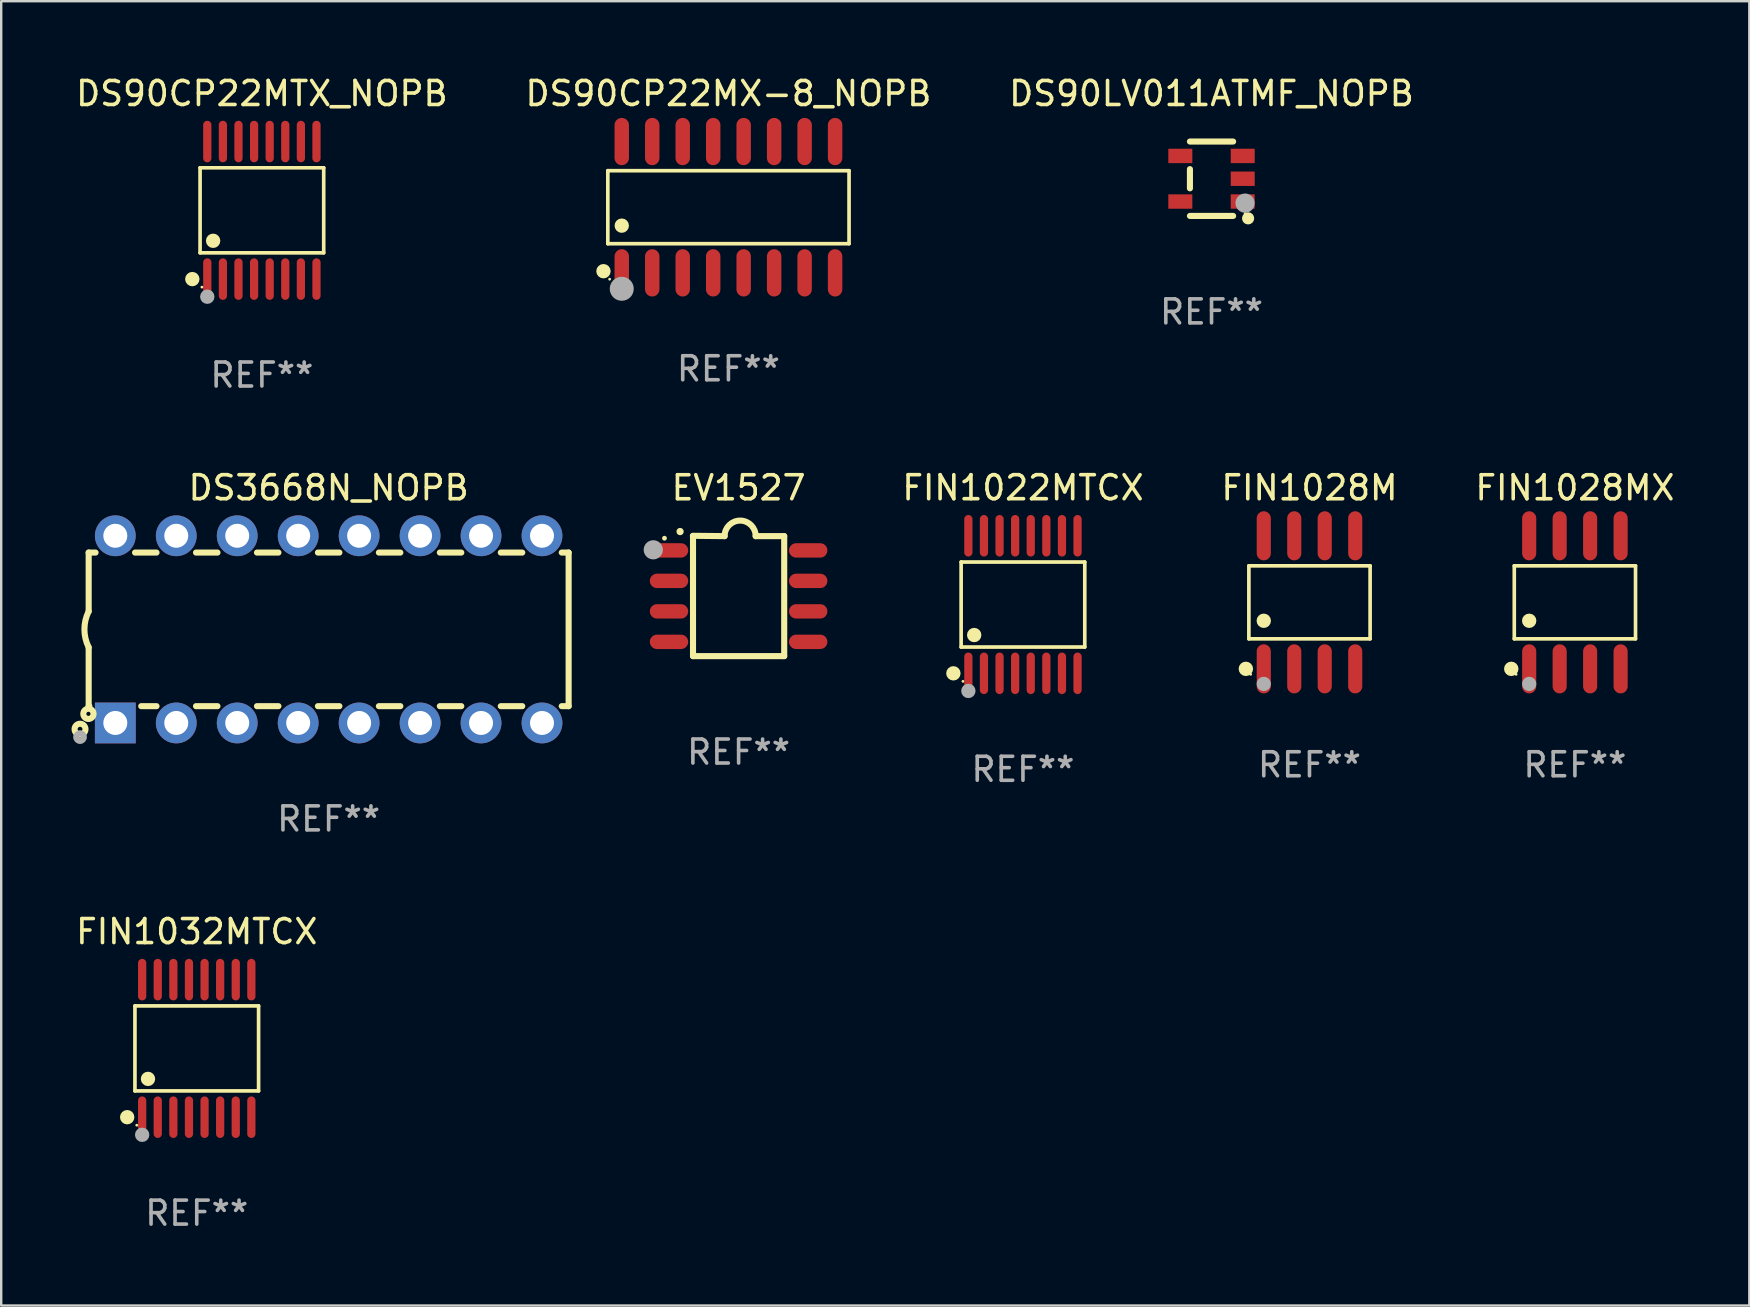
<source format=kicad_pcb>
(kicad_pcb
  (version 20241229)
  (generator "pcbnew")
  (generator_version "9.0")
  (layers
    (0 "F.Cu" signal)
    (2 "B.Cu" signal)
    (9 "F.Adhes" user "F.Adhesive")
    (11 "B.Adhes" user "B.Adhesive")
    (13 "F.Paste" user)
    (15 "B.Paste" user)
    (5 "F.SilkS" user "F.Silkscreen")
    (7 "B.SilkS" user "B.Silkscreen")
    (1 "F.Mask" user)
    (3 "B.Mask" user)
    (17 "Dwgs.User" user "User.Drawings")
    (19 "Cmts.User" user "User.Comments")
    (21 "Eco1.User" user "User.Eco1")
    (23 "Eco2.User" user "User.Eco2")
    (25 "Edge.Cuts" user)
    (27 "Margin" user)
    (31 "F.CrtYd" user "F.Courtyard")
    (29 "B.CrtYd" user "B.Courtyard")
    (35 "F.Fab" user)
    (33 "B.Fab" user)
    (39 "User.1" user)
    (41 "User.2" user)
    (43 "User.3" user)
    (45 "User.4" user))
  (footprint "DS90LV011ATMF_NOPB"
    (layer "F.Cu")
    (at 47.435 4.398)
    (property "Reference" "DS90LV011ATMF_NOPB" (at 0 -3.55 0) (layer "F.SilkS") (effects (font (size 1 1) (thickness 0.15))))
    (attr through_hole)
    (fp_line (start -0.9 -1.55) (end 0.9 -1.55) (stroke (width 0.254) (type solid)) (layer "F.SilkS"))
    (fp_line (start -0.9 0.4) (end -0.9 -0.4) (stroke (width 0.254) (type solid)) (layer "F.SilkS"))
    (fp_line (start -0.9 1.55) (end 0.9 1.55) (stroke (width 0.254) (type solid)) (layer "F.SilkS"))
    (fp_circle (center 1.4 1.45) (end 1.43 1.45) (stroke (width 0.06) (type solid)) (fill no) (layer "F.SilkS"))
    (fp_circle (center 1.524 1.651) (end 1.651 1.651) (stroke (width 0.254) (type solid)) (fill no) (layer "F.SilkS"))
    (fp_circle (center 1.397 1.016) (end 1.597 1.016) (stroke (width 0.4) (type solid)) (fill no) (layer "F.Fab"))
    (fp_text user "REF**" (at 0 5.55 0) (layer "F.Fab") (effects (font (size 1 1) (thickness 0.15))))
    (pad "1" smd rect (at 1.3 0.95) (size 1 0.6) (layers "F.Cu" "F.Mask" "F.Paste"))
    (pad "2" smd rect (at 1.3 -0.000051) (size 1 0.6) (layers "F.Cu" "F.Mask" "F.Paste"))
    (pad "3" smd rect (at 1.3 -0.95) (size 1 0.6) (layers "F.Cu" "F.Mask" "F.Paste"))
    (pad "4" smd rect (at -1.3 -0.95) (size 1 0.6) (layers "F.Cu" "F.Mask" "F.Paste"))
    (pad "5" smd rect (at -1.3 0.95) (size 1 0.6) (layers "F.Cu" "F.Mask" "F.Paste")))
  (footprint "FIN1028M"
    (layer "F.Cu")
    (at 51.517 22.049)
    (property "Reference" "FIN1028M" (at 0 -4.772 0) (layer "F.SilkS") (effects (font (size 1 1) (thickness 0.15))))
    (attr through_hole)
    (fp_line (start -2.526 -1.521) (end 2.526 -1.521) (stroke (width 0.152) (type solid)) (layer "F.SilkS"))
    (fp_line (start -2.526 1.521) (end -2.526 -1.521) (stroke (width 0.152) (type solid)) (layer "F.SilkS"))
    (fp_line (start 2.526 -1.521) (end 2.526 1.521) (stroke (width 0.152) (type solid)) (layer "F.SilkS"))
    (fp_line (start 2.526 1.521) (end -2.526 1.521) (stroke (width 0.152) (type solid)) (layer "F.SilkS"))
    (fp_circle (center -2.652 2.772) (end -2.501 2.772) (stroke (width 0.3) (type solid)) (fill no) (layer "F.SilkS"))
    (fp_circle (center -2.45 3) (end -2.42 3) (stroke (width 0.06) (type solid)) (fill no) (layer "F.SilkS"))
    (fp_circle (center -1.905 0.769) (end -1.755 0.769) (stroke (width 0.3) (type solid)) (fill no) (layer "F.SilkS"))
    (fp_circle (center -1.905 3.4) (end -1.755 3.4) (stroke (width 0.3) (type solid)) (fill no) (layer "F.Fab"))
    (fp_text user "REF**" (at 0 6.772 0) (layer "F.Fab") (effects (font (size 1 1) (thickness 0.15))))
    (pad "1" smd oval (at -1.905 2.772) (size 0.588 2.045) (layers "F.Cu" "F.Mask" "F.Paste"))
    (pad "2" smd oval (at -0.635 2.772) (size 0.588 2.045) (layers "F.Cu" "F.Mask" "F.Paste"))
    (pad "3" smd oval (at 0.635 2.772) (size 0.588 2.045) (layers "F.Cu" "F.Mask" "F.Paste"))
    (pad "4" smd oval (at 1.905 2.772) (size 0.588 2.045) (layers "F.Cu" "F.Mask" "F.Paste"))
    (pad "5" smd oval (at 1.905 -2.772) (size 0.588 2.045) (layers "F.Cu" "F.Mask" "F.Paste"))
    (pad "6" smd oval (at 0.635 -2.772) (size 0.588 2.045) (layers "F.Cu" "F.Mask" "F.Paste"))
    (pad "7" smd oval (at -0.635 -2.772) (size 0.588 2.045) (layers "F.Cu" "F.Mask" "F.Paste"))
    (pad "8" smd oval (at -1.905 -2.772) (size 0.588 2.045) (layers "F.Cu" "F.Mask" "F.Paste")))
  (footprint "DS90CP22MTX_NOPB"
    (layer "F.Cu")
    (at 7.863 5.714)
    (property "Reference" "DS90CP22MTX_NOPB" (at 0 -4.866 0) (layer "F.SilkS") (effects (font (size 1 1) (thickness 0.15))))
    (attr through_hole)
    (fp_line (start -2.576 -1.772) (end 2.576 -1.772) (stroke (width 0.152) (type solid)) (layer "F.SilkS"))
    (fp_line (start -2.576 1.771) (end -2.576 -1.772) (stroke (width 0.152) (type solid)) (layer "F.SilkS"))
    (fp_line (start 2.576 -1.772) (end 2.576 1.771) (stroke (width 0.152) (type solid)) (layer "F.SilkS"))
    (fp_line (start 2.576 1.771) (end -2.576 1.771) (stroke (width 0.152) (type solid)) (layer "F.SilkS"))
    (fp_circle (center -2.899 2.866) (end -2.749 2.866) (stroke (width 0.3) (type solid)) (fill no) (layer "F.SilkS"))
    (fp_circle (center -2.5 3.2) (end -2.47 3.2) (stroke (width 0.06) (type solid)) (fill no) (layer "F.SilkS"))
    (fp_circle (center -2.032 1.27) (end -1.882 1.27) (stroke (width 0.3) (type solid)) (fill no) (layer "F.SilkS"))
    (fp_circle (center -2.275 3.6) (end -2.125 3.6) (stroke (width 0.3) (type solid)) (fill no) (layer "F.Fab"))
    (fp_text user "REF**" (at 0 6.866 0) (layer "F.Fab") (effects (font (size 1 1) (thickness 0.15))))
    (pad "1" smd oval (at -2.275 2.866) (size 0.343 1.731) (layers "F.Cu" "F.Mask" "F.Paste"))
    (pad "2" smd oval (at -1.625 2.866) (size 0.343 1.731) (layers "F.Cu" "F.Mask" "F.Paste"))
    (pad "3" smd oval (at -0.975 2.866) (size 0.343 1.731) (layers "F.Cu" "F.Mask" "F.Paste"))
    (pad "4" smd oval (at -0.325 2.866) (size 0.343 1.731) (layers "F.Cu" "F.Mask" "F.Paste"))
    (pad "5" smd oval (at 0.325 2.866) (size 0.343 1.731) (layers "F.Cu" "F.Mask" "F.Paste"))
    (pad "6" smd oval (at 0.975 2.866) (size 0.343 1.731) (layers "F.Cu" "F.Mask" "F.Paste"))
    (pad "7" smd oval (at 1.625 2.866) (size 0.343 1.731) (layers "F.Cu" "F.Mask" "F.Paste"))
    (pad "8" smd oval (at 2.275 2.866) (size 0.343 1.731) (layers "F.Cu" "F.Mask" "F.Paste"))
    (pad "9" smd oval (at 2.275 -2.866) (size 0.343 1.731) (layers "F.Cu" "F.Mask" "F.Paste"))
    (pad "10" smd oval (at 1.625 -2.866) (size 0.343 1.731) (layers "F.Cu" "F.Mask" "F.Paste"))
    (pad "11" smd oval (at 0.975 -2.866) (size 0.343 1.731) (layers "F.Cu" "F.Mask" "F.Paste"))
    (pad "12" smd oval (at 0.325 -2.866) (size 0.343 1.731) (layers "F.Cu" "F.Mask" "F.Paste"))
    (pad "13" smd oval (at -0.325 -2.866) (size 0.343 1.731) (layers "F.Cu" "F.Mask" "F.Paste"))
    (pad "14" smd oval (at -0.975 -2.866) (size 0.343 1.731) (layers "F.Cu" "F.Mask" "F.Paste"))
    (pad "15" smd oval (at -1.625 -2.866) (size 0.343 1.731) (layers "F.Cu" "F.Mask" "F.Paste"))
    (pad "16" smd oval (at -2.275 -2.866) (size 0.343 1.731) (layers "F.Cu" "F.Mask" "F.Paste")))
  (footprint "DS3668N_NOPB"
    (layer "F.Cu")
    (at 10.645 23.176)
    (property "Reference" "DS3668N_NOPB" (at 0 -5.9 0) (layer "F.SilkS") (effects (font (size 1 1) (thickness 0.15))))
    (attr through_hole)
    (fp_line (start -10 -3.2) (end -10 -0.75) (stroke (width 0.254) (type solid)) (layer "F.SilkS"))
    (fp_line (start -10 -3.2) (end -9.713 -3.2) (stroke (width 0.254) (type solid)) (layer "F.SilkS"))
    (fp_line (start -10 3.2) (end -10 0.75) (stroke (width 0.254) (type solid)) (layer "F.SilkS"))
    (fp_line (start -10 3.2) (end -9.971 3.2) (stroke (width 0.254) (type solid)) (layer "F.SilkS"))
    (fp_line (start -8.067 -3.2) (end -7.173 -3.2) (stroke (width 0.254) (type solid)) (layer "F.SilkS"))
    (fp_line (start -7.809 3.2) (end -7.173 3.2) (stroke (width 0.254) (type solid)) (layer "F.SilkS"))
    (fp_line (start -5.527 3.2) (end -4.633 3.2) (stroke (width 0.254) (type solid)) (layer "F.SilkS"))
    (fp_line (start -5.527 -3.2) (end -4.633 -3.2) (stroke (width 0.254) (type solid)) (layer "F.SilkS"))
    (fp_line (start -2.987 3.2) (end -2.093 3.2) (stroke (width 0.254) (type solid)) (layer "F.SilkS"))
    (fp_line (start -2.987 -3.2) (end -2.093 -3.2) (stroke (width 0.254) (type solid)) (layer "F.SilkS"))
    (fp_line (start -0.447 3.2) (end 0.447 3.2) (stroke (width 0.254) (type solid)) (layer "F.SilkS"))
    (fp_line (start -0.447 -3.2) (end 0.447 -3.2) (stroke (width 0.254) (type solid)) (layer "F.SilkS"))
    (fp_line (start 2.093 3.2) (end 2.987 3.2) (stroke (width 0.254) (type solid)) (layer "F.SilkS"))
    (fp_line (start 2.093 -3.2) (end 2.987 -3.2) (stroke (width 0.254) (type solid)) (layer "F.SilkS"))
    (fp_line (start 4.633 3.2) (end 5.527 3.2) (stroke (width 0.254) (type solid)) (layer "F.SilkS"))
    (fp_line (start 4.633 -3.2) (end 5.527 -3.2) (stroke (width 0.254) (type solid)) (layer "F.SilkS"))
    (fp_line (start 7.173 3.2) (end 8.067 3.2) (stroke (width 0.254) (type solid)) (layer "F.SilkS"))
    (fp_line (start 7.173 -3.2) (end 8.067 -3.2) (stroke (width 0.254) (type solid)) (layer "F.SilkS"))
    (fp_line (start 9.713 3.2) (end 10 3.2) (stroke (width 0.254) (type solid)) (layer "F.SilkS"))
    (fp_line (start 9.713 -3.2) (end 10 -3.2) (stroke (width 0.254) (type solid)) (layer "F.SilkS"))
    (fp_line (start 10 -3.2) (end 10 3.2) (stroke (width 0.254) (type solid)) (layer "F.SilkS"))
    (fp_arc (start -10 0.748793) (mid -10.176918 -0.000607) (end -10.000025 -0.750013) (stroke (width 0.254001) (type solid)) (layer "F.SilkS"))
    (fp_circle (center -10.36 4.16) (end -10.26 4.16) (stroke (width 0.254) (type solid)) (fill no) (layer "F.SilkS"))
    (fp_circle (center -10.01 3.52) (end -9.924 3.52) (stroke (width 0.254) (type solid)) (fill no) (layer "F.SilkS"))
    (fp_circle (center -10.36 4.49) (end -10.202 4.49) (stroke (width 0.254) (type solid)) (fill no) (layer "F.Fab"))
    (fp_text user "REF**" (at 0 7.9 0) (layer "F.Fab") (effects (font (size 1 1) (thickness 0.15))))
    (pad "1" thru_hole rect (at -8.89 3.9 90) (size 1.7 1.7) (drill 1) (layers "*.Cu" "*.Mask"))
    (pad "2" thru_hole circle (at -6.35 3.9) (size 1.7 1.7) (drill 1) (layers "*.Cu" "*.Mask"))
    (pad "3" thru_hole circle (at -3.81 3.9) (size 1.7 1.7) (drill 1) (layers "*.Cu" "*.Mask"))
    (pad "4" thru_hole circle (at -1.27 3.9) (size 1.7 1.7) (drill 1) (layers "*.Cu" "*.Mask"))
    (pad "5" thru_hole circle (at 1.27 3.9) (size 1.7 1.7) (drill 1) (layers "*.Cu" "*.Mask"))
    (pad "6" thru_hole circle (at 3.81 3.9) (size 1.7 1.7) (drill 1) (layers "*.Cu" "*.Mask"))
    (pad "7" thru_hole circle (at 6.35 3.9) (size 1.7 1.7) (drill 1) (layers "*.Cu" "*.Mask"))
    (pad "8" thru_hole circle (at 8.89 3.9) (size 1.7 1.7) (drill 1) (layers "*.Cu" "*.Mask"))
    (pad "9" thru_hole circle (at 8.89 -3.9) (size 1.7 1.7) (drill 1) (layers "*.Cu" "*.Mask"))
    (pad "10" thru_hole circle (at 6.35 -3.9) (size 1.7 1.7) (drill 1) (layers "*.Cu" "*.Mask"))
    (pad "11" thru_hole circle (at 3.81 -3.9) (size 1.7 1.7) (drill 1) (layers "*.Cu" "*.Mask"))
    (pad "12" thru_hole circle (at 1.27 -3.9) (size 1.7 1.7) (drill 1) (layers "*.Cu" "*.Mask"))
    (pad "13" thru_hole circle (at -1.27 -3.9) (size 1.7 1.7) (drill 1) (layers "*.Cu" "*.Mask"))
    (pad "14" thru_hole circle (at -3.81 -3.9) (size 1.7 1.7) (drill 1) (layers "*.Cu" "*.Mask"))
    (pad "15" thru_hole circle (at -6.35 -3.9) (size 1.7 1.7) (drill 1) (layers "*.Cu" "*.Mask"))
    (pad "16" thru_hole circle (at -8.89 -3.9) (size 1.7 1.7) (drill 1) (layers "*.Cu" "*.Mask")))
  (footprint "EV1527"
    (layer "F.Cu")
    (at 27.728 21.784)
    (property "Reference" "EV1527" (at 0 -4.507 0) (layer "F.SilkS") (effects (font (size 1 1) (thickness 0.15))))
    (attr through_hole)
    (fp_line (start -1.905 -2.507) (end -0.584 -2.493) (stroke (width 0.254) (type solid)) (layer "F.SilkS"))
    (fp_line (start -1.9 2.507) (end -1.9 -2.493) (stroke (width 0.254) (type solid)) (layer "F.SilkS"))
    (fp_line (start -1.9 2.507) (end 1.9 2.507) (stroke (width 0.254) (type solid)) (layer "F.SilkS"))
    (fp_line (start 1.9 -2.493) (end 0.711 -2.493) (stroke (width 0.254) (type solid)) (layer "F.SilkS"))
    (fp_line (start 1.9 2.507) (end 1.9 -2.493) (stroke (width 0.254) (type solid)) (layer "F.SilkS"))
    (fp_arc (start -2.438532 -2.682563) (mid -2.438537 -2.683833) (end -2.438532 -2.685103) (stroke (width 0.3) (type solid)) (layer "F.SilkS"))
    (fp_arc (start -0.584328 -2.492064) (mid 0.063057 -3.139764) (end 0.711074 -2.492697) (stroke (width 0.254001) (type solid)) (layer "F.SilkS"))
    (fp_circle (center -3.089 -2.406) (end -3.039 -2.406) (stroke (width 0.1) (type solid)) (fill no) (layer "F.SilkS"))
    (fp_circle (center -3.556 -1.923) (end -3.356 -1.923) (stroke (width 0.4) (type solid)) (fill no) (layer "F.Fab"))
    (fp_text user "REF**" (at 0 6.507 0) (layer "F.Fab") (effects (font (size 1 1) (thickness 0.15))))
    (pad "1" smd oval (at -2.9 -1.898 90) (size 0.6 1.6) (layers "F.Cu" "F.Mask" "F.Paste"))
    (pad "2" smd oval (at -2.9 -0.628 90) (size 0.6 1.6) (layers "F.Cu" "F.Mask" "F.Paste"))
    (pad "3" smd oval (at -2.9 0.642 90) (size 0.6 1.6) (layers "F.Cu" "F.Mask" "F.Paste"))
    (pad "4" smd oval (at -2.9 1.912 90) (size 0.6 1.6) (layers "F.Cu" "F.Mask" "F.Paste"))
    (pad "5" smd oval (at 2.9 1.912 90) (size 0.6 1.6) (layers "F.Cu" "F.Mask" "F.Paste"))
    (pad "6" smd oval (at 2.9 0.642 90) (size 0.6 1.6) (layers "F.Cu" "F.Mask" "F.Paste"))
    (pad "7" smd oval (at 2.9 -0.628 90) (size 0.6 1.6) (layers "F.Cu" "F.Mask" "F.Paste"))
    (pad "8" smd oval (at 2.9 -1.898 90) (size 0.6 1.6) (layers "F.Cu" "F.Mask" "F.Paste")))
  (footprint "DS90CP22MX-8_NOPB"
    (layer "F.Cu")
    (at 27.304 5.584)
    (property "Reference" "DS90CP22MX-8_NOPB" (at 0 -4.736 0) (layer "F.SilkS") (effects (font (size 1 1) (thickness 0.15))))
    (attr through_hole)
    (fp_line (start -5.026 -1.521) (end 5.026 -1.521) (stroke (width 0.152) (type solid)) (layer "F.SilkS"))
    (fp_line (start -5.026 1.521) (end -5.026 -1.521) (stroke (width 0.152) (type solid)) (layer "F.SilkS"))
    (fp_line (start 5.026 -1.521) (end 5.026 1.521) (stroke (width 0.152) (type solid)) (layer "F.SilkS"))
    (fp_line (start 5.026 1.521) (end -5.026 1.521) (stroke (width 0.152) (type solid)) (layer "F.SilkS"))
    (fp_circle (center -5.207 2.667) (end -5.057 2.667) (stroke (width 0.3) (type solid)) (fill no) (layer "F.SilkS"))
    (fp_circle (center -4.95 3) (end -4.92 3) (stroke (width 0.06) (type solid)) (fill no) (layer "F.SilkS"))
    (fp_circle (center -4.445 0.769) (end -4.295 0.769) (stroke (width 0.3) (type solid)) (fill no) (layer "F.SilkS"))
    (fp_circle (center -4.445 3.4) (end -4.195 3.4) (stroke (width 0.5) (type solid)) (fill no) (layer "F.Fab"))
    (fp_text user "REF**" (at 0 6.736 0) (layer "F.Fab") (effects (font (size 1 1) (thickness 0.15))))
    (pad "1" smd oval (at -4.445 2.736) (size 0.602 1.971) (layers "F.Cu" "F.Mask" "F.Paste"))
    (pad "2" smd oval (at -3.175 2.736) (size 0.602 1.971) (layers "F.Cu" "F.Mask" "F.Paste"))
    (pad "3" smd oval (at -1.905 2.736) (size 0.602 1.971) (layers "F.Cu" "F.Mask" "F.Paste"))
    (pad "4" smd oval (at -0.635 2.736) (size 0.602 1.971) (layers "F.Cu" "F.Mask" "F.Paste"))
    (pad "5" smd oval (at 0.635 2.736) (size 0.602 1.971) (layers "F.Cu" "F.Mask" "F.Paste"))
    (pad "6" smd oval (at 1.905 2.736) (size 0.602 1.971) (layers "F.Cu" "F.Mask" "F.Paste"))
    (pad "7" smd oval (at 3.175 2.736) (size 0.602 1.971) (layers "F.Cu" "F.Mask" "F.Paste"))
    (pad "8" smd oval (at 4.445 2.736) (size 0.602 1.971) (layers "F.Cu" "F.Mask" "F.Paste"))
    (pad "9" smd oval (at 4.445 -2.736) (size 0.602 1.971) (layers "F.Cu" "F.Mask" "F.Paste"))
    (pad "10" smd oval (at 3.175 -2.736) (size 0.602 1.971) (layers "F.Cu" "F.Mask" "F.Paste"))
    (pad "11" smd oval (at 1.905 -2.736) (size 0.602 1.971) (layers "F.Cu" "F.Mask" "F.Paste"))
    (pad "12" smd oval (at 0.635 -2.736) (size 0.602 1.971) (layers "F.Cu" "F.Mask" "F.Paste"))
    (pad "13" smd oval (at -0.635 -2.736) (size 0.602 1.971) (layers "F.Cu" "F.Mask" "F.Paste"))
    (pad "14" smd oval (at -1.905 -2.736) (size 0.602 1.971) (layers "F.Cu" "F.Mask" "F.Paste"))
    (pad "15" smd oval (at -3.175 -2.736) (size 0.602 1.971) (layers "F.Cu" "F.Mask" "F.Paste"))
    (pad "16" smd oval (at -4.445 -2.736) (size 0.602 1.971) (layers "F.Cu" "F.Mask" "F.Paste")))
  (footprint "FIN1032MTCX"
    (layer "F.Cu")
    (at 5.149 40.638)
    (property "Reference" "FIN1032MTCX" (at 0 -4.866 0) (layer "F.SilkS") (effects (font (size 1 1) (thickness 0.15))))
    (attr through_hole)
    (fp_line (start -2.576 -1.772) (end 2.576 -1.772) (stroke (width 0.152) (type solid)) (layer "F.SilkS"))
    (fp_line (start -2.576 1.771) (end -2.576 -1.772) (stroke (width 0.152) (type solid)) (layer "F.SilkS"))
    (fp_line (start 2.576 -1.772) (end 2.576 1.771) (stroke (width 0.152) (type solid)) (layer "F.SilkS"))
    (fp_line (start 2.576 1.771) (end -2.576 1.771) (stroke (width 0.152) (type solid)) (layer "F.SilkS"))
    (fp_circle (center -2.899 2.866) (end -2.749 2.866) (stroke (width 0.3) (type solid)) (fill no) (layer "F.SilkS"))
    (fp_circle (center -2.5 3.2) (end -2.47 3.2) (stroke (width 0.06) (type solid)) (fill no) (layer "F.SilkS"))
    (fp_circle (center -2.032 1.27) (end -1.882 1.27) (stroke (width 0.3) (type solid)) (fill no) (layer "F.SilkS"))
    (fp_circle (center -2.275 3.6) (end -2.125 3.6) (stroke (width 0.3) (type solid)) (fill no) (layer "F.Fab"))
    (fp_text user "REF**" (at 0 6.866 0) (layer "F.Fab") (effects (font (size 1 1) (thickness 0.15))))
    (pad "1" smd oval (at -2.275 2.866) (size 0.343 1.731) (layers "F.Cu" "F.Mask" "F.Paste"))
    (pad "2" smd oval (at -1.625 2.866) (size 0.343 1.731) (layers "F.Cu" "F.Mask" "F.Paste"))
    (pad "3" smd oval (at -0.975 2.866) (size 0.343 1.731) (layers "F.Cu" "F.Mask" "F.Paste"))
    (pad "4" smd oval (at -0.325 2.866) (size 0.343 1.731) (layers "F.Cu" "F.Mask" "F.Paste"))
    (pad "5" smd oval (at 0.325 2.866) (size 0.343 1.731) (layers "F.Cu" "F.Mask" "F.Paste"))
    (pad "6" smd oval (at 0.975 2.866) (size 0.343 1.731) (layers "F.Cu" "F.Mask" "F.Paste"))
    (pad "7" smd oval (at 1.625 2.866) (size 0.343 1.731) (layers "F.Cu" "F.Mask" "F.Paste"))
    (pad "8" smd oval (at 2.275 2.866) (size 0.343 1.731) (layers "F.Cu" "F.Mask" "F.Paste"))
    (pad "9" smd oval (at 2.275 -2.866) (size 0.343 1.731) (layers "F.Cu" "F.Mask" "F.Paste"))
    (pad "10" smd oval (at 1.625 -2.866) (size 0.343 1.731) (layers "F.Cu" "F.Mask" "F.Paste"))
    (pad "11" smd oval (at 0.975 -2.866) (size 0.343 1.731) (layers "F.Cu" "F.Mask" "F.Paste"))
    (pad "12" smd oval (at 0.325 -2.866) (size 0.343 1.731) (layers "F.Cu" "F.Mask" "F.Paste"))
    (pad "13" smd oval (at -0.325 -2.866) (size 0.343 1.731) (layers "F.Cu" "F.Mask" "F.Paste"))
    (pad "14" smd oval (at -0.975 -2.866) (size 0.343 1.731) (layers "F.Cu" "F.Mask" "F.Paste"))
    (pad "15" smd oval (at -1.625 -2.866) (size 0.343 1.731) (layers "F.Cu" "F.Mask" "F.Paste"))
    (pad "16" smd oval (at -2.275 -2.866) (size 0.343 1.731) (layers "F.Cu" "F.Mask" "F.Paste")))
  (footprint "FIN1028MX"
    (layer "F.Cu")
    (at 62.577 22.049)
    (property "Reference" "FIN1028MX" (at 0 -4.772 0) (layer "F.SilkS") (effects (font (size 1 1) (thickness 0.15))))
    (attr through_hole)
    (fp_line (start -2.526 -1.521) (end 2.526 -1.521) (stroke (width 0.152) (type solid)) (layer "F.SilkS"))
    (fp_line (start -2.526 1.521) (end -2.526 -1.521) (stroke (width 0.152) (type solid)) (layer "F.SilkS"))
    (fp_line (start 2.526 -1.521) (end 2.526 1.521) (stroke (width 0.152) (type solid)) (layer "F.SilkS"))
    (fp_line (start 2.526 1.521) (end -2.526 1.521) (stroke (width 0.152) (type solid)) (layer "F.SilkS"))
    (fp_circle (center -2.652 2.772) (end -2.501 2.772) (stroke (width 0.3) (type solid)) (fill no) (layer "F.SilkS"))
    (fp_circle (center -2.45 3) (end -2.42 3) (stroke (width 0.06) (type solid)) (fill no) (layer "F.SilkS"))
    (fp_circle (center -1.905 0.769) (end -1.755 0.769) (stroke (width 0.3) (type solid)) (fill no) (layer "F.SilkS"))
    (fp_circle (center -1.905 3.4) (end -1.755 3.4) (stroke (width 0.3) (type solid)) (fill no) (layer "F.Fab"))
    (fp_text user "REF**" (at 0 6.772 0) (layer "F.Fab") (effects (font (size 1 1) (thickness 0.15))))
    (pad "1" smd oval (at -1.905 2.772) (size 0.588 2.045) (layers "F.Cu" "F.Mask" "F.Paste"))
    (pad "2" smd oval (at -0.635 2.772) (size 0.588 2.045) (layers "F.Cu" "F.Mask" "F.Paste"))
    (pad "3" smd oval (at 0.635 2.772) (size 0.588 2.045) (layers "F.Cu" "F.Mask" "F.Paste"))
    (pad "4" smd oval (at 1.905 2.772) (size 0.588 2.045) (layers "F.Cu" "F.Mask" "F.Paste"))
    (pad "5" smd oval (at 1.905 -2.772) (size 0.588 2.045) (layers "F.Cu" "F.Mask" "F.Paste"))
    (pad "6" smd oval (at 0.635 -2.772) (size 0.588 2.045) (layers "F.Cu" "F.Mask" "F.Paste"))
    (pad "7" smd oval (at -0.635 -2.772) (size 0.588 2.045) (layers "F.Cu" "F.Mask" "F.Paste"))
    (pad "8" smd oval (at -1.905 -2.772) (size 0.588 2.045) (layers "F.Cu" "F.Mask" "F.Paste")))
  (footprint "FIN1022MTCX"
    (layer "F.Cu")
    (at 39.577 22.142)
    (property "Reference" "FIN1022MTCX" (at 0 -4.866 0) (layer "F.SilkS") (effects (font (size 1 1) (thickness 0.15))))
    (attr through_hole)
    (fp_line (start -2.576 -1.772) (end 2.576 -1.772) (stroke (width 0.152) (type solid)) (layer "F.SilkS"))
    (fp_line (start -2.576 1.771) (end -2.576 -1.772) (stroke (width 0.152) (type solid)) (layer "F.SilkS"))
    (fp_line (start 2.576 -1.772) (end 2.576 1.771) (stroke (width 0.152) (type solid)) (layer "F.SilkS"))
    (fp_line (start 2.576 1.771) (end -2.576 1.771) (stroke (width 0.152) (type solid)) (layer "F.SilkS"))
    (fp_circle (center -2.899 2.866) (end -2.749 2.866) (stroke (width 0.3) (type solid)) (fill no) (layer "F.SilkS"))
    (fp_circle (center -2.5 3.2) (end -2.47 3.2) (stroke (width 0.06) (type solid)) (fill no) (layer "F.SilkS"))
    (fp_circle (center -2.032 1.27) (end -1.882 1.27) (stroke (width 0.3) (type solid)) (fill no) (layer "F.SilkS"))
    (fp_circle (center -2.275 3.6) (end -2.125 3.6) (stroke (width 0.3) (type solid)) (fill no) (layer "F.Fab"))
    (fp_text user "REF**" (at 0 6.866 0) (layer "F.Fab") (effects (font (size 1 1) (thickness 0.15))))
    (pad "1" smd oval (at -2.275 2.866) (size 0.343 1.731) (layers "F.Cu" "F.Mask" "F.Paste"))
    (pad "2" smd oval (at -1.625 2.866) (size 0.343 1.731) (layers "F.Cu" "F.Mask" "F.Paste"))
    (pad "3" smd oval (at -0.975 2.866) (size 0.343 1.731) (layers "F.Cu" "F.Mask" "F.Paste"))
    (pad "4" smd oval (at -0.325 2.866) (size 0.343 1.731) (layers "F.Cu" "F.Mask" "F.Paste"))
    (pad "5" smd oval (at 0.325 2.866) (size 0.343 1.731) (layers "F.Cu" "F.Mask" "F.Paste"))
    (pad "6" smd oval (at 0.975 2.866) (size 0.343 1.731) (layers "F.Cu" "F.Mask" "F.Paste"))
    (pad "7" smd oval (at 1.625 2.866) (size 0.343 1.731) (layers "F.Cu" "F.Mask" "F.Paste"))
    (pad "8" smd oval (at 2.275 2.866) (size 0.343 1.731) (layers "F.Cu" "F.Mask" "F.Paste"))
    (pad "9" smd oval (at 2.275 -2.866) (size 0.343 1.731) (layers "F.Cu" "F.Mask" "F.Paste"))
    (pad "10" smd oval (at 1.625 -2.866) (size 0.343 1.731) (layers "F.Cu" "F.Mask" "F.Paste"))
    (pad "11" smd oval (at 0.975 -2.866) (size 0.343 1.731) (layers "F.Cu" "F.Mask" "F.Paste"))
    (pad "12" smd oval (at 0.325 -2.866) (size 0.343 1.731) (layers "F.Cu" "F.Mask" "F.Paste"))
    (pad "13" smd oval (at -0.325 -2.866) (size 0.343 1.731) (layers "F.Cu" "F.Mask" "F.Paste"))
    (pad "14" smd oval (at -0.975 -2.866) (size 0.343 1.731) (layers "F.Cu" "F.Mask" "F.Paste"))
    (pad "15" smd oval (at -1.625 -2.866) (size 0.343 1.731) (layers "F.Cu" "F.Mask" "F.Paste"))
    (pad "16" smd oval (at -2.275 -2.866) (size 0.343 1.731) (layers "F.Cu" "F.Mask" "F.Paste")))
  (gr_rect
    (start -3 -3)
    (end 69.845 51.352)
    (stroke (width 0.1) (type default))
    (fill no)
    (layer "Edge.Cuts")))
</source>
